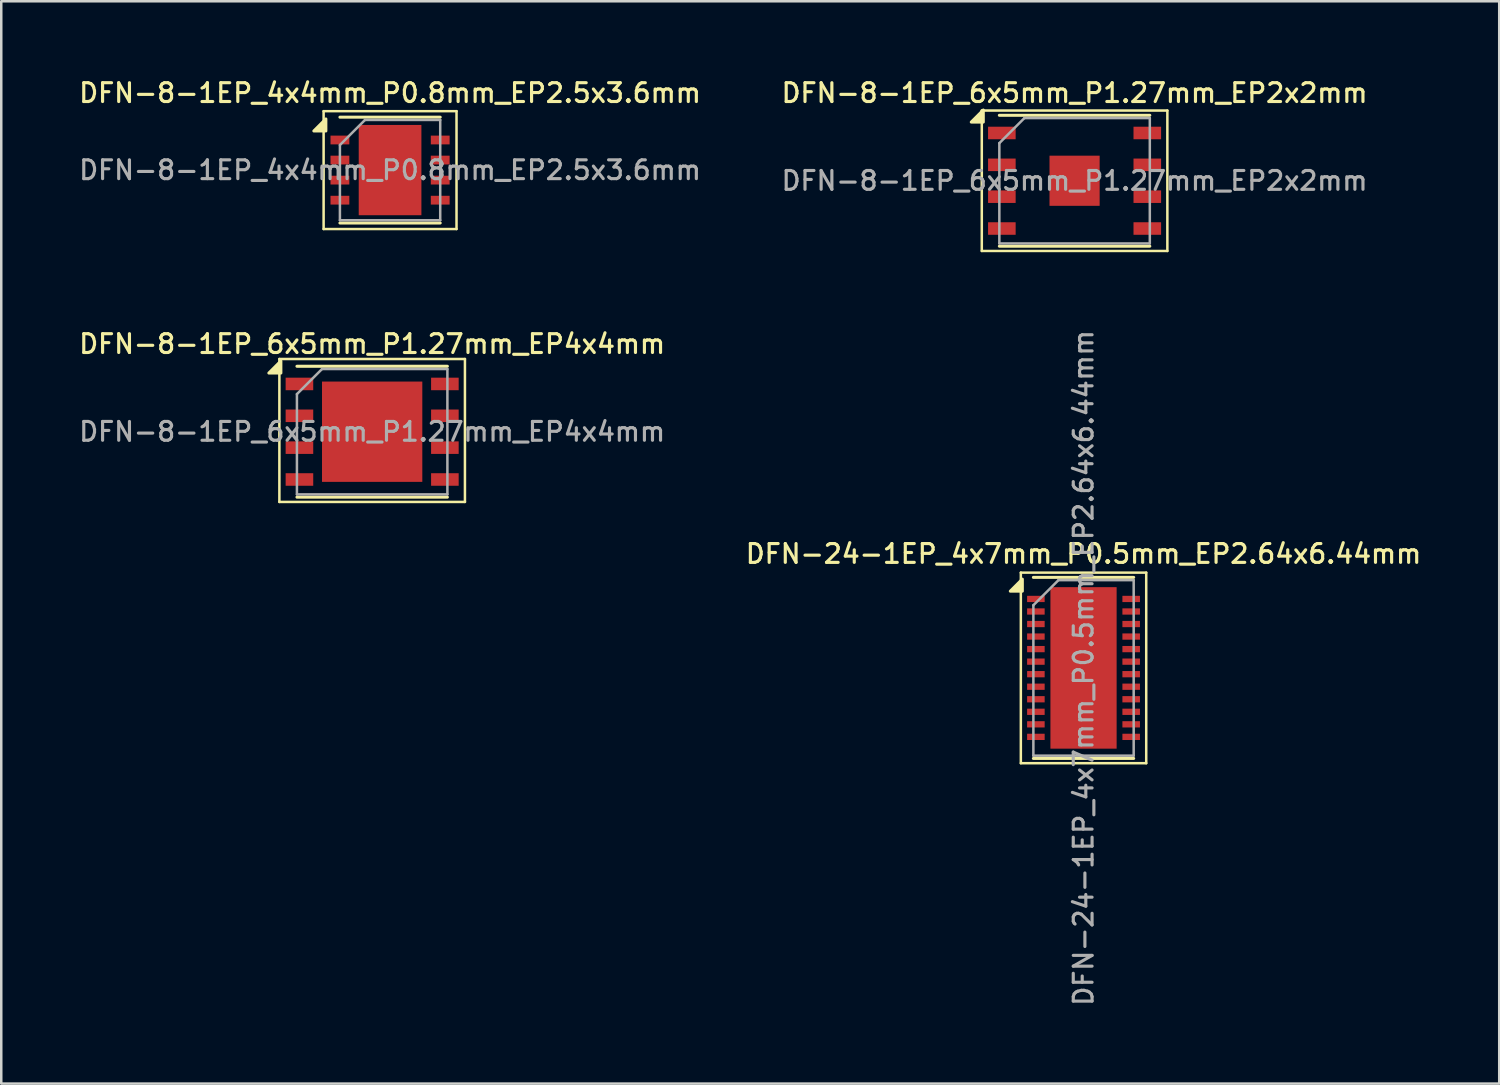
<source format=kicad_pcb>
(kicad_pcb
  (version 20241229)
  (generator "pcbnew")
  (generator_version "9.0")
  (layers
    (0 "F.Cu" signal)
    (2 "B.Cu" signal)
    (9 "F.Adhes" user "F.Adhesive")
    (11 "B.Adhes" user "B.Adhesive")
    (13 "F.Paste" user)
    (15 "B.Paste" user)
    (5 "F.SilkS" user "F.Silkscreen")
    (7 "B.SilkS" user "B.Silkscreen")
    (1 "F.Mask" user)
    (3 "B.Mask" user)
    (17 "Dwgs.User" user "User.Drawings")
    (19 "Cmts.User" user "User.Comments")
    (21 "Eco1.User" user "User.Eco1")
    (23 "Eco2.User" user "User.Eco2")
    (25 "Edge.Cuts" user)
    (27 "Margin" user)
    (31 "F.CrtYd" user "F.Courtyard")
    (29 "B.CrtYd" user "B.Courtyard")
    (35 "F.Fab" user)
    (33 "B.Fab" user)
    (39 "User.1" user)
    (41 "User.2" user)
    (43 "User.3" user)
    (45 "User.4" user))
  (footprint "DFN-24-1EP_4x7mm_P0.5mm_EP2.64x6.44mm"
    (layer "F.Cu")
    (at 40.159 23.585)
    (property "Reference" "DFN-24-1EP_4x7mm_P0.5mm_EP2.64x6.44mm" (at 0 -4.55 0) (layer "F.SilkS") (effects (font (size 0.75 0.75) (thickness 0.125))))
    (attr smd)
    (fp_line (start -2.5 -3.8) (end -2.5 3.8) (stroke (width 0.1) (type solid)) (layer "F.SilkS"))
    (fp_line (start -2.5 -3.8) (end 2.5 -3.8) (stroke (width 0.1) (type solid)) (layer "F.SilkS"))
    (fp_line (start -2.5 3.8) (end 2.5 3.8) (stroke (width 0.1) (type solid)) (layer "F.SilkS"))
    (fp_line (start -2 -3.61) (end 2 -3.61) (stroke (width 0.12) (type solid)) (layer "F.SilkS"))
    (fp_line (start -2 3.61) (end 2 3.61) (stroke (width 0.12) (type solid)) (layer "F.SilkS"))
    (fp_line (start 2.5 -3.8) (end 2.5 3.8) (stroke (width 0.1) (type solid)) (layer "F.SilkS"))
    (fp_poly (pts (xy -2.44 -3.06) (xy -2.92 -3.06) (xy -2.44 -3.54) (xy -2.44 -3.06)) (stroke (width 0.12) (type solid)) (fill yes) (layer "F.SilkS"))
    (fp_line (start -2 -2.5) (end -1 -3.5) (stroke (width 0.1) (type solid)) (layer "F.Fab"))
    (fp_line (start -2 3.5) (end -2 -2.5) (stroke (width 0.1) (type solid)) (layer "F.Fab"))
    (fp_line (start -1 -3.5) (end 2 -3.5) (stroke (width 0.1) (type solid)) (layer "F.Fab"))
    (fp_line (start 2 -3.5) (end 2 3.5) (stroke (width 0.1) (type solid)) (layer "F.Fab"))
    (fp_line (start 2 3.5) (end -2 3.5) (stroke (width 0.1) (type solid)) (layer "F.Fab"))
    (fp_text user "${REFERENCE}" (at 0 0 90) (layer "F.Fab") (effects (font (size 0.75 0.75) (thickness 0.125))))
    (pad "" smd rect (at -0.66 -2.56) (size 1.05 1.05) (layers "F.Paste"))
    (pad "" smd rect (at -0.66 -1.28) (size 1.05 1.05) (layers "F.Paste"))
    (pad "" smd rect (at -0.66 0) (size 1.05 1.05) (layers "F.Paste"))
    (pad "" smd rect (at -0.66 1.28) (size 1.05 1.05) (layers "F.Paste"))
    (pad "" smd rect (at -0.66 2.56) (size 1.05 1.05) (layers "F.Paste"))
    (pad "" smd rect (at 0.66 -2.56) (size 1.05 1.05) (layers "F.Paste"))
    (pad "" smd rect (at 0.66 -1.28) (size 1.05 1.05) (layers "F.Paste"))
    (pad "" smd rect (at 0.66 0) (size 1.05 1.05) (layers "F.Paste"))
    (pad "" smd rect (at 0.66 1.28) (size 1.05 1.05) (layers "F.Paste"))
    (pad "" smd rect (at 0.66 2.56) (size 1.05 1.05) (layers "F.Paste"))
    (pad "1" smd rect (at -1.9 -2.75) (size 0.7 0.25) (layers "F.Cu" "F.Mask" "F.Paste"))
    (pad "2" smd rect (at -1.9 -2.25) (size 0.7 0.25) (layers "F.Cu" "F.Mask" "F.Paste"))
    (pad "3" smd rect (at -1.9 -1.75) (size 0.7 0.25) (layers "F.Cu" "F.Mask" "F.Paste"))
    (pad "4" smd rect (at -1.9 -1.25) (size 0.7 0.25) (layers "F.Cu" "F.Mask" "F.Paste"))
    (pad "5" smd rect (at -1.9 -0.75) (size 0.7 0.25) (layers "F.Cu" "F.Mask" "F.Paste"))
    (pad "6" smd rect (at -1.9 -0.25) (size 0.7 0.25) (layers "F.Cu" "F.Mask" "F.Paste"))
    (pad "7" smd rect (at -1.9 0.25) (size 0.7 0.25) (layers "F.Cu" "F.Mask" "F.Paste"))
    (pad "8" smd rect (at -1.9 0.75) (size 0.7 0.25) (layers "F.Cu" "F.Mask" "F.Paste"))
    (pad "9" smd rect (at -1.9 1.25) (size 0.7 0.25) (layers "F.Cu" "F.Mask" "F.Paste"))
    (pad "10" smd rect (at -1.9 1.75) (size 0.7 0.25) (layers "F.Cu" "F.Mask" "F.Paste"))
    (pad "11" smd rect (at -1.9 2.25) (size 0.7 0.25) (layers "F.Cu" "F.Mask" "F.Paste"))
    (pad "12" smd rect (at -1.9 2.75) (size 0.7 0.25) (layers "F.Cu" "F.Mask" "F.Paste"))
    (pad "13" smd rect (at 1.9 2.75) (size 0.7 0.25) (layers "F.Cu" "F.Mask" "F.Paste"))
    (pad "14" smd rect (at 1.9 2.25) (size 0.7 0.25) (layers "F.Cu" "F.Mask" "F.Paste"))
    (pad "15" smd rect (at 1.9 1.75) (size 0.7 0.25) (layers "F.Cu" "F.Mask" "F.Paste"))
    (pad "16" smd rect (at 1.9 1.25) (size 0.7 0.25) (layers "F.Cu" "F.Mask" "F.Paste"))
    (pad "17" smd rect (at 1.9 0.75) (size 0.7 0.25) (layers "F.Cu" "F.Mask" "F.Paste"))
    (pad "18" smd rect (at 1.9 0.25) (size 0.7 0.25) (layers "F.Cu" "F.Mask" "F.Paste"))
    (pad "19" smd rect (at 1.9 -0.25) (size 0.7 0.25) (layers "F.Cu" "F.Mask" "F.Paste"))
    (pad "20" smd rect (at 1.9 -0.75) (size 0.7 0.25) (layers "F.Cu" "F.Mask" "F.Paste"))
    (pad "21" smd rect (at 1.9 -1.25) (size 0.7 0.25) (layers "F.Cu" "F.Mask" "F.Paste"))
    (pad "22" smd rect (at 1.9 -1.75) (size 0.7 0.25) (layers "F.Cu" "F.Mask" "F.Paste"))
    (pad "23" smd rect (at 1.9 -2.25) (size 0.7 0.25) (layers "F.Cu" "F.Mask" "F.Paste"))
    (pad "24" smd rect (at 1.9 -2.75) (size 0.7 0.25) (layers "F.Cu" "F.Mask" "F.Paste"))
    (pad "25" smd rect (at 0 0) (size 2.64 6.44) (layers "F.Cu" "F.Mask")))
  (footprint "DFN-8-1EP_6x5mm_P1.27mm_EP4x4mm"
    (layer "F.Cu")
    (at 11.791 14.166)
    (property "Reference" "DFN-8-1EP_6x5mm_P1.27mm_EP4x4mm" (at 0 -3.5 0) (layer "F.SilkS") (effects (font (size 0.75 0.75) (thickness 0.125))))
    (attr smd)
    (fp_line (start -3.7 -2.9) (end 3.7 -2.9) (stroke (width 0.1) (type solid)) (layer "F.SilkS"))
    (fp_line (start -3.7 2.8) (end -3.7 -2.9) (stroke (width 0.1) (type solid)) (layer "F.SilkS"))
    (fp_line (start -3 -2.61) (end 3 -2.61) (stroke (width 0.12) (type solid)) (layer "F.SilkS"))
    (fp_line (start -3 2.61) (end 3 2.61) (stroke (width 0.12) (type solid)) (layer "F.SilkS"))
    (fp_line (start 3.7 -2.9) (end 3.7 2.8) (stroke (width 0.1) (type solid)) (layer "F.SilkS"))
    (fp_line (start 3.7 2.8) (end -3.7 2.8) (stroke (width 0.1) (type solid)) (layer "F.SilkS"))
    (fp_poly (pts (xy -3.64 -2.34) (xy -4.12 -2.34) (xy -3.64 -2.82) (xy -3.64 -2.34)) (stroke (width 0.12) (type solid)) (fill yes) (layer "F.SilkS"))
    (fp_line (start -3 2.5) (end -3 -1.5) (stroke (width 0.1) (type solid)) (layer "F.Fab"))
    (fp_line (start -2 -2.5) (end -3 -1.5) (stroke (width 0.1) (type solid)) (layer "F.Fab"))
    (fp_line (start -2 -2.5) (end 3 -2.5) (stroke (width 0.1) (type solid)) (layer "F.Fab"))
    (fp_line (start 3 -2.5) (end 3 2.5) (stroke (width 0.1) (type solid)) (layer "F.Fab"))
    (fp_line (start 3 2.5) (end -3 2.5) (stroke (width 0.1) (type solid)) (layer "F.Fab"))
    (fp_text user "${REFERENCE}" (at 0 0 0) (layer "F.Fab") (effects (font (size 0.75 0.75) (thickness 0.125))))
    (pad "" smd rect (at -1.5 -1.5 270) (size 0.8 0.8) (layers "F.Paste"))
    (pad "" smd rect (at -1.5 -0.5 270) (size 0.8 0.8) (layers "F.Paste"))
    (pad "" smd rect (at -1.5 0.5 270) (size 0.8 0.8) (layers "F.Paste"))
    (pad "" smd rect (at -1.5 1.5 270) (size 0.8 0.8) (layers "F.Paste"))
    (pad "" smd rect (at -0.5 -1.5 270) (size 0.8 0.8) (layers "F.Paste"))
    (pad "" smd rect (at -0.5 -0.5 270) (size 0.8 0.8) (layers "F.Paste"))
    (pad "" smd rect (at -0.5 0.5 270) (size 0.8 0.8) (layers "F.Paste"))
    (pad "" smd rect (at -0.5 1.5 270) (size 0.8 0.8) (layers "F.Paste"))
    (pad "" smd rect (at 0.5 -1.5 270) (size 0.8 0.8) (layers "F.Paste"))
    (pad "" smd rect (at 0.5 -0.5 270) (size 0.8 0.8) (layers "F.Paste"))
    (pad "" smd rect (at 0.5 0.5 270) (size 0.8 0.8) (layers "F.Paste"))
    (pad "" smd rect (at 0.5 1.5 270) (size 0.8 0.8) (layers "F.Paste"))
    (pad "" smd rect (at 1.5 -1.5 270) (size 0.8 0.8) (layers "F.Paste"))
    (pad "" smd rect (at 1.5 -0.5 270) (size 0.8 0.8) (layers "F.Paste"))
    (pad "" smd rect (at 1.5 0.5 270) (size 0.8 0.8) (layers "F.Paste"))
    (pad "" smd rect (at 1.5 1.5 270) (size 0.8 0.8) (layers "F.Paste"))
    (pad "1" smd rect (at -2.9 -1.905 270) (size 0.5 1.1) (layers "F.Cu" "F.Mask" "F.Paste"))
    (pad "2" smd rect (at -2.9 -0.635 270) (size 0.5 1.1) (layers "F.Cu" "F.Mask" "F.Paste"))
    (pad "3" smd rect (at -2.9 0.635 270) (size 0.5 1.1) (layers "F.Cu" "F.Mask" "F.Paste"))
    (pad "4" smd rect (at -2.9 1.905 270) (size 0.5 1.1) (layers "F.Cu" "F.Mask" "F.Paste"))
    (pad "5" smd rect (at 2.9 1.905 270) (size 0.5 1.1) (layers "F.Cu" "F.Mask" "F.Paste"))
    (pad "6" smd rect (at 2.9 0.635 270) (size 0.5 1.1) (layers "F.Cu" "F.Mask" "F.Paste"))
    (pad "7" smd rect (at 2.9 -0.635 270) (size 0.5 1.1) (layers "F.Cu" "F.Mask" "F.Paste"))
    (pad "8" smd rect (at 2.9 -1.905 270) (size 0.5 1.1) (layers "F.Cu" "F.Mask" "F.Paste"))
    (pad "9" smd rect (at 0 0 270) (size 4 4) (layers "F.Cu" "F.Mask")))
  (footprint "DFN-8-1EP_4x4mm_P0.8mm_EP2.5x3.6mm"
    (layer "F.Cu")
    (at 12.505 3.733)
    (property "Reference" "DFN-8-1EP_4x4mm_P0.8mm_EP2.5x3.6mm" (at 0 -3.075 0) (layer "F.SilkS") (effects (font (size 0.75 0.75) (thickness 0.125))))
    (attr smd)
    (fp_line (start -2.65 -2.35) (end -2.65 2.35) (stroke (width 0.1) (type solid)) (layer "F.SilkS"))
    (fp_line (start -2.65 -2.35) (end 2.65 -2.35) (stroke (width 0.1) (type solid)) (layer "F.SilkS"))
    (fp_line (start -2.65 2.35) (end 2.65 2.35) (stroke (width 0.1) (type solid)) (layer "F.SilkS"))
    (fp_line (start -2 -2.11) (end 2 -2.11) (stroke (width 0.12) (type solid)) (layer "F.SilkS"))
    (fp_line (start -2 2.11) (end 2 2.11) (stroke (width 0.12) (type solid)) (layer "F.SilkS"))
    (fp_line (start 2.65 -2.35) (end 2.65 2.35) (stroke (width 0.1) (type solid)) (layer "F.SilkS"))
    (fp_poly (pts (xy -2.56 -1.56) (xy -3.04 -1.56) (xy -2.56 -2.04) (xy -2.56 -1.56)) (stroke (width 0.12) (type solid)) (fill yes) (layer "F.SilkS"))
    (fp_line (start -2 -1) (end -1 -2) (stroke (width 0.1) (type solid)) (layer "F.Fab"))
    (fp_line (start -2 2) (end -2 -1) (stroke (width 0.1) (type solid)) (layer "F.Fab"))
    (fp_line (start -1 -2) (end 2 -2) (stroke (width 0.1) (type solid)) (layer "F.Fab"))
    (fp_line (start 2 -2) (end 2 2) (stroke (width 0.1) (type solid)) (layer "F.Fab"))
    (fp_line (start 2 2) (end -2 2) (stroke (width 0.1) (type solid)) (layer "F.Fab"))
    (fp_text user "${REFERENCE}" (at 0 0 0) (layer "F.Fab") (effects (font (size 0.75 0.75) (thickness 0.125))))
    (pad "" smd rect (at -0.625 -1.2) (size 0.75 0.75) (layers "F.Paste"))
    (pad "" smd rect (at -0.625 0) (size 0.75 0.75) (layers "F.Paste"))
    (pad "" smd rect (at -0.625 1.2) (size 0.75 0.75) (layers "F.Paste"))
    (pad "" smd rect (at 0.625 -1.2) (size 0.75 0.75) (layers "F.Paste"))
    (pad "" smd rect (at 0.625 0) (size 0.75 0.75) (layers "F.Paste"))
    (pad "" smd rect (at 0.625 1.2) (size 0.75 0.75) (layers "F.Paste"))
    (pad "1" smd rect (at -2 -1.2) (size 0.75 0.35) (layers "F.Cu" "F.Mask" "F.Paste"))
    (pad "2" smd rect (at -2 -0.4) (size 0.75 0.35) (layers "F.Cu" "F.Mask" "F.Paste"))
    (pad "3" smd rect (at -2 0.4) (size 0.75 0.35) (layers "F.Cu" "F.Mask" "F.Paste"))
    (pad "4" smd rect (at -2 1.2) (size 0.75 0.35) (layers "F.Cu" "F.Mask" "F.Paste"))
    (pad "5" smd rect (at 2 1.2) (size 0.75 0.35) (layers "F.Cu" "F.Mask" "F.Paste"))
    (pad "6" smd rect (at 2 0.4) (size 0.75 0.35) (layers "F.Cu" "F.Mask" "F.Paste"))
    (pad "7" smd rect (at 2 -0.4) (size 0.75 0.35) (layers "F.Cu" "F.Mask" "F.Paste"))
    (pad "8" smd rect (at 2 -1.2) (size 0.75 0.35) (layers "F.Cu" "F.Mask" "F.Paste"))
    (pad "9" smd rect (at 0 0) (size 2.5 3.6) (layers "F.Cu" "F.Mask")))
  (footprint "DFN-8-1EP_6x5mm_P1.27mm_EP2x2mm"
    (layer "F.Cu")
    (at 39.802 4.158)
    (property "Reference" "DFN-8-1EP_6x5mm_P1.27mm_EP2x2mm" (at 0 -3.5 0) (layer "F.SilkS") (effects (font (size 0.75 0.75) (thickness 0.125))))
    (attr smd)
    (fp_line (start -3.7 -2.8) (end 3.7 -2.8) (stroke (width 0.1) (type solid)) (layer "F.SilkS"))
    (fp_line (start -3.7 2.8) (end -3.7 -2.8) (stroke (width 0.1) (type solid)) (layer "F.SilkS"))
    (fp_line (start -3 -2.61) (end 3 -2.61) (stroke (width 0.12) (type solid)) (layer "F.SilkS"))
    (fp_line (start -3 2.61) (end 3 2.61) (stroke (width 0.12) (type solid)) (layer "F.SilkS"))
    (fp_line (start 3.7 -2.8) (end 3.7 2.8) (stroke (width 0.1) (type solid)) (layer "F.SilkS"))
    (fp_line (start 3.7 2.8) (end -3.7 2.8) (stroke (width 0.1) (type solid)) (layer "F.SilkS"))
    (fp_poly (pts (xy -3.64 -2.34) (xy -4.12 -2.34) (xy -3.64 -2.82) (xy -3.64 -2.34)) (stroke (width 0.12) (type solid)) (fill yes) (layer "F.SilkS"))
    (fp_line (start -3 2.5) (end -3 -1.5) (stroke (width 0.1) (type solid)) (layer "F.Fab"))
    (fp_line (start -2 -2.5) (end -3 -1.5) (stroke (width 0.1) (type solid)) (layer "F.Fab"))
    (fp_line (start -2 -2.5) (end 3 -2.5) (stroke (width 0.1) (type solid)) (layer "F.Fab"))
    (fp_line (start 3 -2.5) (end 3 2.5) (stroke (width 0.1) (type solid)) (layer "F.Fab"))
    (fp_line (start 3 2.5) (end -3 2.5) (stroke (width 0.1) (type solid)) (layer "F.Fab"))
    (fp_text user "${REFERENCE}" (at 0 0 0) (layer "F.Fab") (effects (font (size 0.75 0.75) (thickness 0.125))))
    (pad "" smd rect (at -0.5 -0.5 270) (size 0.8 0.8) (layers "F.Paste"))
    (pad "" smd rect (at -0.5 0.5 270) (size 0.8 0.8) (layers "F.Paste"))
    (pad "" smd rect (at 0.5 -0.5 270) (size 0.8 0.8) (layers "F.Paste"))
    (pad "" smd rect (at 0.5 0.5 270) (size 0.8 0.8) (layers "F.Paste"))
    (pad "1" smd rect (at -2.9 -1.905 270) (size 0.5 1.1) (layers "F.Cu" "F.Mask" "F.Paste"))
    (pad "2" smd rect (at -2.9 -0.635 270) (size 0.5 1.1) (layers "F.Cu" "F.Mask" "F.Paste"))
    (pad "3" smd rect (at -2.9 0.635 270) (size 0.5 1.1) (layers "F.Cu" "F.Mask" "F.Paste"))
    (pad "4" smd rect (at -2.9 1.905 270) (size 0.5 1.1) (layers "F.Cu" "F.Mask" "F.Paste"))
    (pad "5" smd rect (at 2.9 1.905 270) (size 0.5 1.1) (layers "F.Cu" "F.Mask" "F.Paste"))
    (pad "6" smd rect (at 2.9 0.635 270) (size 0.5 1.1) (layers "F.Cu" "F.Mask" "F.Paste"))
    (pad "7" smd rect (at 2.9 -0.635 270) (size 0.5 1.1) (layers "F.Cu" "F.Mask" "F.Paste"))
    (pad "8" smd rect (at 2.9 -1.905 270) (size 0.5 1.1) (layers "F.Cu" "F.Mask" "F.Paste"))
    (pad "9" smd rect (at 0 0 270) (size 2 2) (layers "F.Cu" "F.Mask")))
  (gr_rect
    (start -3 -3)
    (end 56.736 40.162)
    (stroke (width 0.1) (type default))
    (fill no)
    (layer "Edge.Cuts")))
</source>
